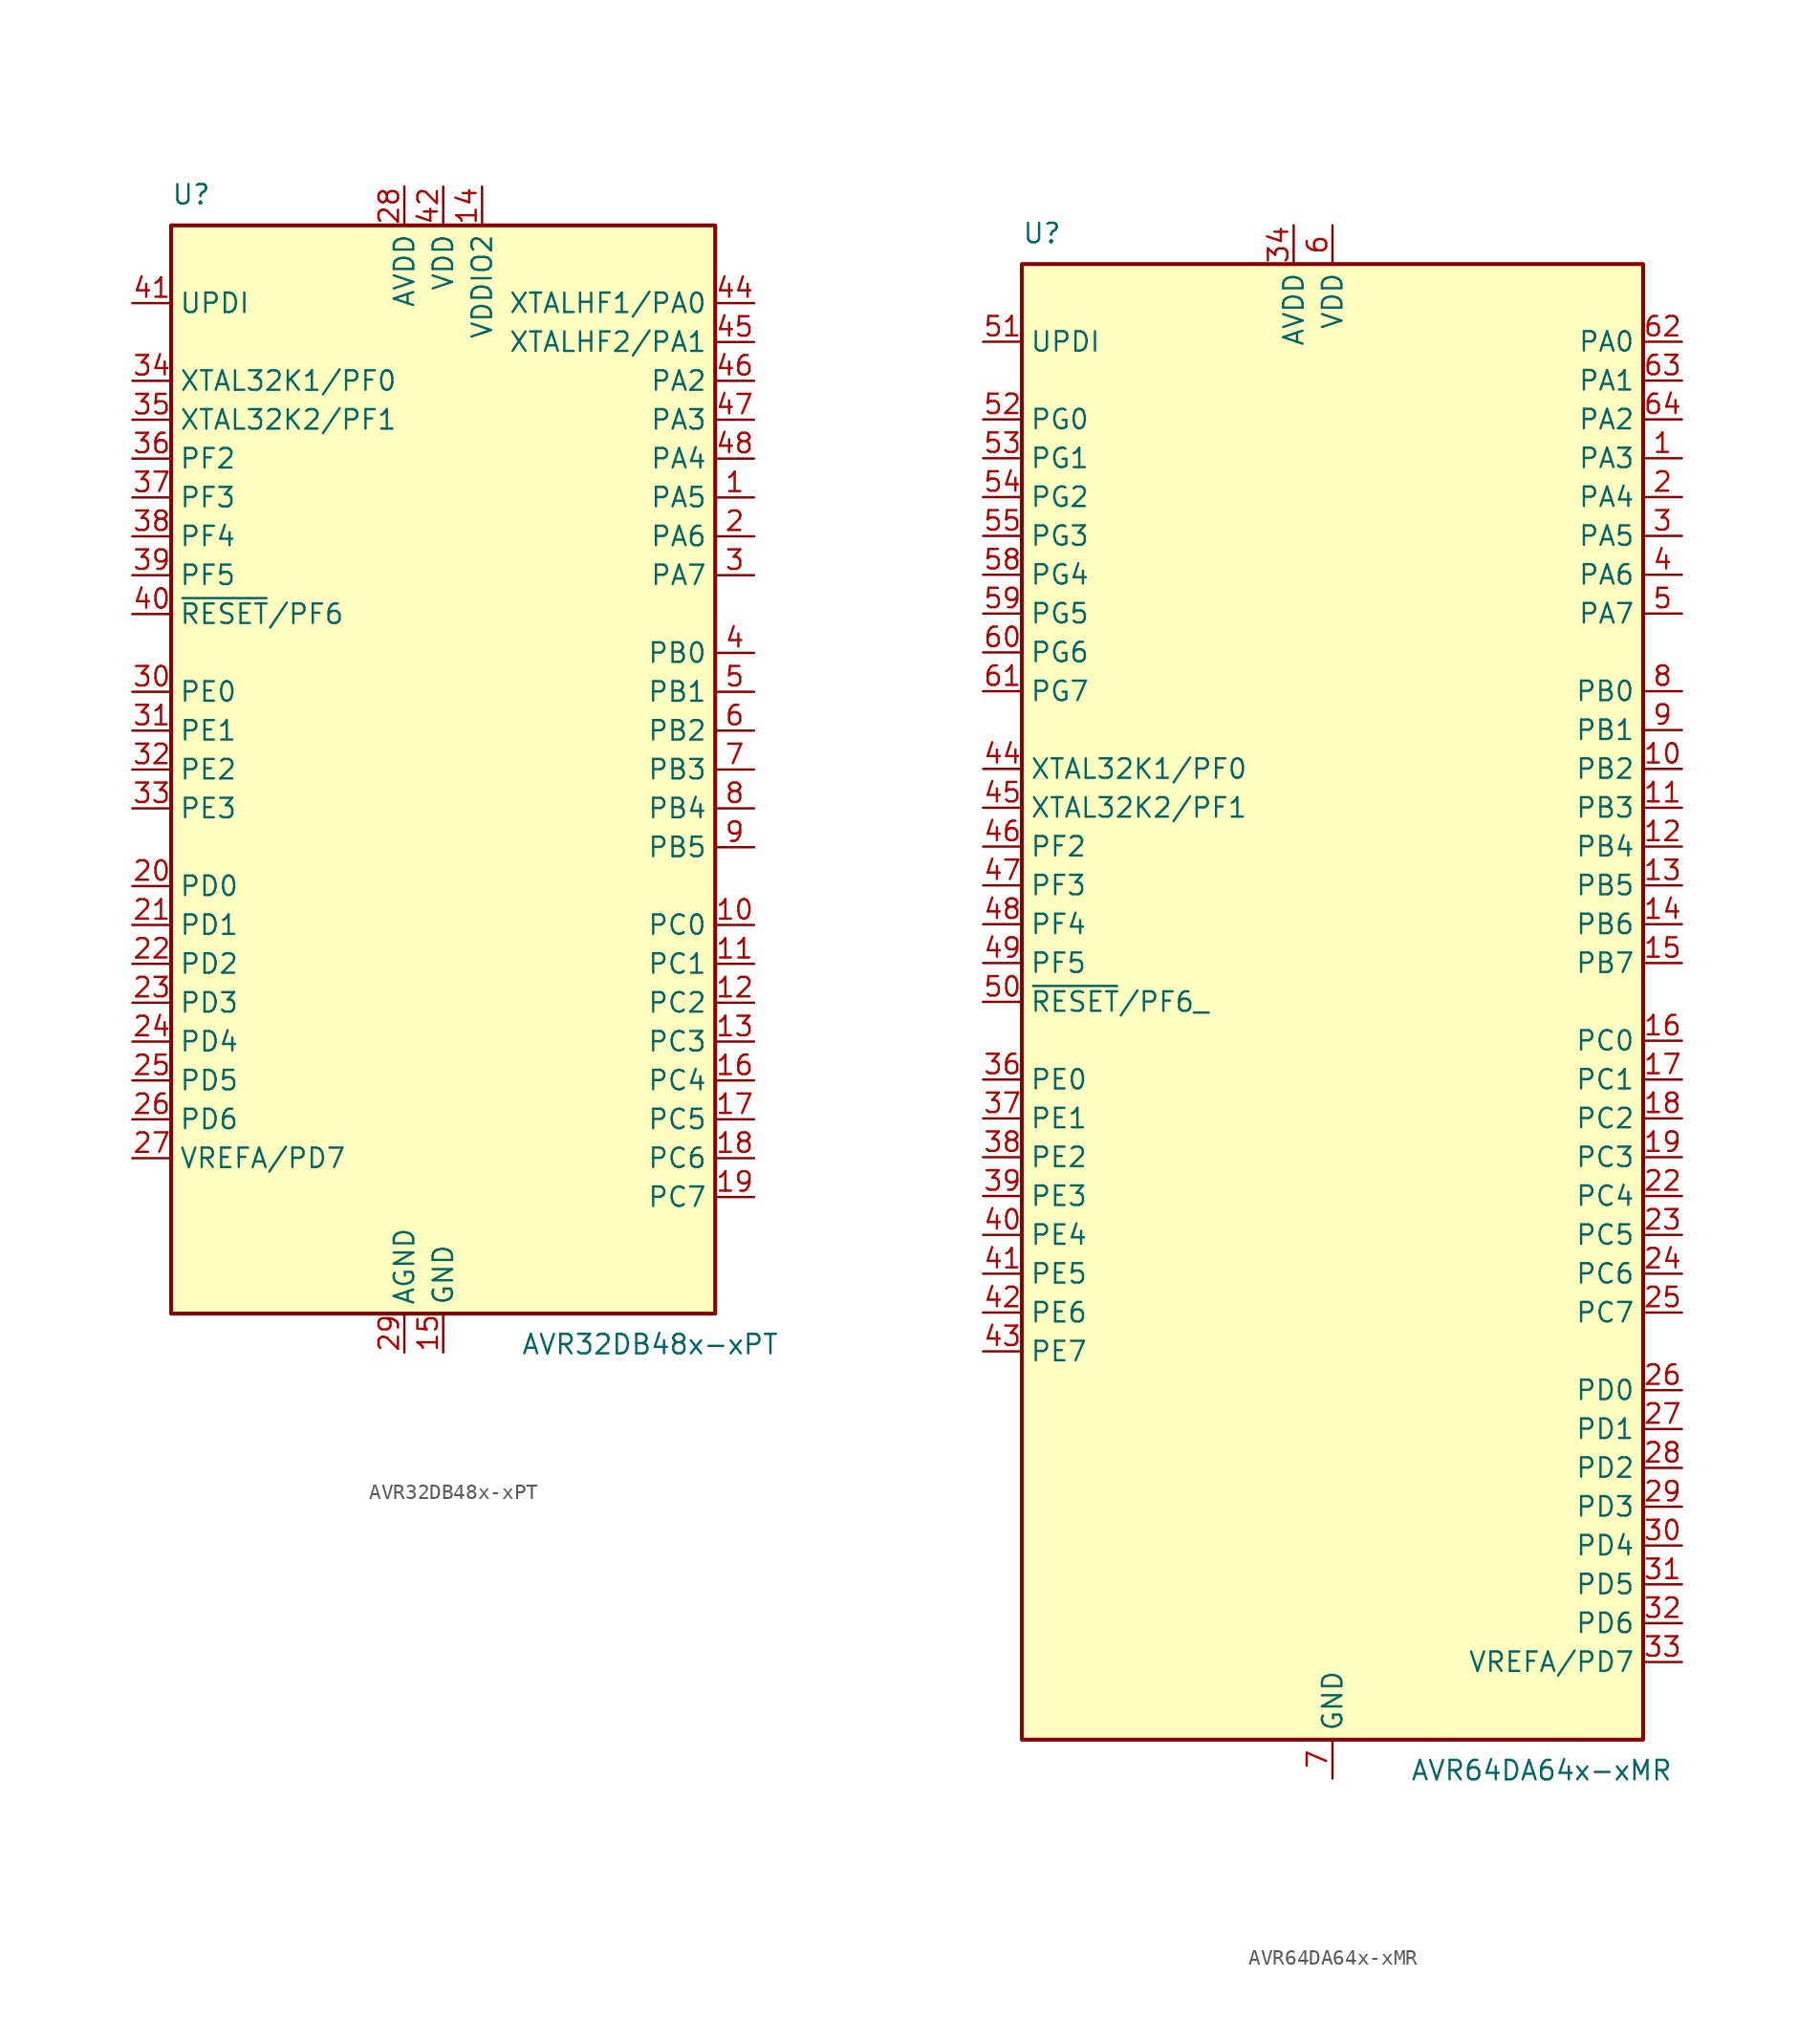
<source format=kicad_sym>
(kicad_symbol_lib
  (version 20231120)
  (generator "kicad_symbol_editor")
  (generator_version "8.0")
  (symbol "AVR32DB48x-xPT"
    (property "Reference" "U"
      (at -17.78 36.83 0)
      (effects (font (size 1.27 1.27)) (justify left bottom)))
    (property "Value" "AVR32DB48x-xPT"
      (at 5.08 -36.83 0)
      (effects (font (size 1.27 1.27)) (justify left top)))
    (symbol "AVR32DB48x-xPT_0_1"
      (rectangle (start -17.78 35.56) (end 17.78 -35.56) (stroke (width 0.254) (type default)) (fill (type background))))
    (symbol "AVR32DB48x-xPT_1_1"
      (pin bidirectional line (at 20.32 17.78 180) (length 2.54) (name "PA5" (effects (font (size 1.27 1.27)))) (number "1" (effects (font (size 1.27 1.27)))))
      (pin bidirectional line (at 20.32 -10.16 180) (length 2.54) (name "PC0" (effects (font (size 1.27 1.27)))) (number "10" (effects (font (size 1.27 1.27)))))
      (pin bidirectional line (at 20.32 -12.7 180) (length 2.54) (name "PC1" (effects (font (size 1.27 1.27)))) (number "11" (effects (font (size 1.27 1.27)))))
      (pin bidirectional line (at 20.32 -15.24 180) (length 2.54) (name "PC2" (effects (font (size 1.27 1.27)))) (number "12" (effects (font (size 1.27 1.27)))))
      (pin bidirectional line (at 20.32 -17.78 180) (length 2.54) (name "PC3" (effects (font (size 1.27 1.27)))) (number "13" (effects (font (size 1.27 1.27)))))
      (pin power_in line (at 2.54 38.1 270) (length 2.54) (name "VDDIO2" (effects (font (size 1.27 1.27)))) (number "14" (effects (font (size 1.27 1.27)))))
      (pin power_in line (at 0 -38.1 90) (length 2.54) (name "GND" (effects (font (size 1.27 1.27)))) (number "15" (effects (font (size 1.27 1.27)))))
      (pin bidirectional line (at 20.32 -20.32 180) (length 2.54) (name "PC4" (effects (font (size 1.27 1.27)))) (number "16" (effects (font (size 1.27 1.27)))))
      (pin bidirectional line (at 20.32 -22.86 180) (length 2.54) (name "PC5" (effects (font (size 1.27 1.27)))) (number "17" (effects (font (size 1.27 1.27)))))
      (pin bidirectional line (at 20.32 -25.4 180) (length 2.54) (name "PC6" (effects (font (size 1.27 1.27)))) (number "18" (effects (font (size 1.27 1.27)))))
      (pin bidirectional line (at 20.32 -27.94 180) (length 2.54) (name "PC7" (effects (font (size 1.27 1.27)))) (number "19" (effects (font (size 1.27 1.27)))))
      (pin bidirectional line (at 20.32 15.24 180) (length 2.54) (name "PA6" (effects (font (size 1.27 1.27)))) (number "2" (effects (font (size 1.27 1.27)))))
      (pin bidirectional line (at -20.32 -7.62 0) (length 2.54) (name "PD0" (effects (font (size 1.27 1.27)))) (number "20" (effects (font (size 1.27 1.27)))))
      (pin bidirectional line (at -20.32 -10.16 0) (length 2.54) (name "PD1" (effects (font (size 1.27 1.27)))) (number "21" (effects (font (size 1.27 1.27)))))
      (pin bidirectional line (at -20.32 -12.7 0) (length 2.54) (name "PD2" (effects (font (size 1.27 1.27)))) (number "22" (effects (font (size 1.27 1.27)))))
      (pin bidirectional line (at -20.32 -15.24 0) (length 2.54) (name "PD3" (effects (font (size 1.27 1.27)))) (number "23" (effects (font (size 1.27 1.27)))))
      (pin bidirectional line (at -20.32 -17.78 0) (length 2.54) (name "PD4" (effects (font (size 1.27 1.27)))) (number "24" (effects (font (size 1.27 1.27)))))
      (pin bidirectional line (at -20.32 -20.32 0) (length 2.54) (name "PD5" (effects (font (size 1.27 1.27)))) (number "25" (effects (font (size 1.27 1.27)))))
      (pin bidirectional line (at -20.32 -22.86 0) (length 2.54) (name "PD6" (effects (font (size 1.27 1.27)))) (number "26" (effects (font (size 1.27 1.27)))))
      (pin bidirectional line (at -20.32 -25.4 0) (length 2.54) (name "VREFA/PD7" (effects (font (size 1.27 1.27)))) (number "27" (effects (font (size 1.27 1.27)))))
      (pin power_in line (at -2.54 38.1 270) (length 2.54) (name "AVDD" (effects (font (size 1.27 1.27)))) (number "28" (effects (font (size 1.27 1.27)))))
      (pin power_in line (at -2.54 -38.1 90) (length 2.54) (name "AGND" (effects (font (size 1.27 1.27)))) (number "29" (effects (font (size 1.27 1.27)))))
      (pin bidirectional line (at 20.32 12.7 180) (length 2.54) (name "PA7" (effects (font (size 1.27 1.27)))) (number "3" (effects (font (size 1.27 1.27)))))
      (pin bidirectional line (at -20.32 5.08 0) (length 2.54) (name "PE0" (effects (font (size 1.27 1.27)))) (number "30" (effects (font (size 1.27 1.27)))))
      (pin bidirectional line (at -20.32 2.54 0) (length 2.54) (name "PE1" (effects (font (size 1.27 1.27)))) (number "31" (effects (font (size 1.27 1.27)))))
      (pin bidirectional line (at -20.32 0 0) (length 2.54) (name "PE2" (effects (font (size 1.27 1.27)))) (number "32" (effects (font (size 1.27 1.27)))))
      (pin bidirectional line (at -20.32 -2.54 0) (length 2.54) (name "PE3" (effects (font (size 1.27 1.27)))) (number "33" (effects (font (size 1.27 1.27)))))
      (pin bidirectional line (at -20.32 25.4 0) (length 2.54) (name "XTAL32K1/PF0" (effects (font (size 1.27 1.27)))) (number "34" (effects (font (size 1.27 1.27)))))
      (pin bidirectional line (at -20.32 22.86 0) (length 2.54) (name "XTAL32K2/PF1" (effects (font (size 1.27 1.27)))) (number "35" (effects (font (size 1.27 1.27)))))
      (pin bidirectional line (at -20.32 20.32 0) (length 2.54) (name "PF2" (effects (font (size 1.27 1.27)))) (number "36" (effects (font (size 1.27 1.27)))))
      (pin bidirectional line (at -20.32 17.78 0) (length 2.54) (name "PF3" (effects (font (size 1.27 1.27)))) (number "37" (effects (font (size 1.27 1.27)))))
      (pin bidirectional line (at -20.32 15.24 0) (length 2.54) (name "PF4" (effects (font (size 1.27 1.27)))) (number "38" (effects (font (size 1.27 1.27)))))
      (pin bidirectional line (at -20.32 12.7 0) (length 2.54) (name "PF5" (effects (font (size 1.27 1.27)))) (number "39" (effects (font (size 1.27 1.27)))))
      (pin bidirectional line (at 20.32 7.62 180) (length 2.54) (name "PB0" (effects (font (size 1.27 1.27)))) (number "4" (effects (font (size 1.27 1.27)))))
      (pin bidirectional line (at -20.32 10.16 0) (length 2.54) (name "~{RESET}/PF6" (effects (font (size 1.27 1.27)))) (number "40" (effects (font (size 1.27 1.27)))))
      (pin input line (at -20.32 30.48 0) (length 2.54) (name "UPDI" (effects (font (size 1.27 1.27)))) (number "41" (effects (font (size 1.27 1.27)))))
      (pin power_in line (at 0 38.1 270) (length 2.54) (name "VDD" (effects (font (size 1.27 1.27)))) (number "42" (effects (font (size 1.27 1.27)))))
      (pin passive line (at 0 -38.1 90) (length 2.54) hide (name "GND" (effects (font (size 1.27 1.27)))) (number "43" (effects (font (size 1.27 1.27)))))
      (pin bidirectional line (at 20.32 30.48 180) (length 2.54) (name "XTALHF1/PA0" (effects (font (size 1.27 1.27)))) (number "44" (effects (font (size 1.27 1.27)))))
      (pin bidirectional line (at 20.32 27.94 180) (length 2.54) (name "XTALHF2/PA1" (effects (font (size 1.27 1.27)))) (number "45" (effects (font (size 1.27 1.27)))))
      (pin bidirectional line (at 20.32 25.4 180) (length 2.54) (name "PA2" (effects (font (size 1.27 1.27)))) (number "46" (effects (font (size 1.27 1.27)))))
      (pin bidirectional line (at 20.32 22.86 180) (length 2.54) (name "PA3" (effects (font (size 1.27 1.27)))) (number "47" (effects (font (size 1.27 1.27)))))
      (pin bidirectional line (at 20.32 20.32 180) (length 2.54) (name "PA4" (effects (font (size 1.27 1.27)))) (number "48" (effects (font (size 1.27 1.27)))))
      (pin bidirectional line (at 20.32 5.08 180) (length 2.54) (name "PB1" (effects (font (size 1.27 1.27)))) (number "5" (effects (font (size 1.27 1.27)))))
      (pin bidirectional line (at 20.32 2.54 180) (length 2.54) (name "PB2" (effects (font (size 1.27 1.27)))) (number "6" (effects (font (size 1.27 1.27)))))
      (pin bidirectional line (at 20.32 0 180) (length 2.54) (name "PB3" (effects (font (size 1.27 1.27)))) (number "7" (effects (font (size 1.27 1.27)))))
      (pin bidirectional line (at 20.32 -2.54 180) (length 2.54) (name "PB4" (effects (font (size 1.27 1.27)))) (number "8" (effects (font (size 1.27 1.27)))))
      (pin bidirectional line (at 20.32 -5.08 180) (length 2.54) (name "PB5" (effects (font (size 1.27 1.27)))) (number "9" (effects (font (size 1.27 1.27)))))))
  (symbol "AVR64DA64x-xMR"
    (property "Reference" "U"
      (at -20.32 49.53 0)
      (effects (font (size 1.27 1.27)) (justify left bottom)))
    (property "Value" "AVR64DA64x-xMR"
      (at 5.08 -49.53 0)
      (effects (font (size 1.27 1.27)) (justify left top)))
    (symbol "AVR64DA64x-xMR_0_1"
      (rectangle (start -20.32 48.26) (end 20.32 -48.26) (stroke (width 0.254) (type default)) (fill (type background))))
    (symbol "AVR64DA64x-xMR_1_1"
      (pin bidirectional line (at 22.86 35.56 180) (length 2.54) (name "PA3" (effects (font (size 1.27 1.27)))) (number "1" (effects (font (size 1.27 1.27)))))
      (pin bidirectional line (at 22.86 15.24 180) (length 2.54) (name "PB2" (effects (font (size 1.27 1.27)))) (number "10" (effects (font (size 1.27 1.27)))))
      (pin bidirectional line (at 22.86 12.7 180) (length 2.54) (name "PB3" (effects (font (size 1.27 1.27)))) (number "11" (effects (font (size 1.27 1.27)))))
      (pin bidirectional line (at 22.86 10.16 180) (length 2.54) (name "PB4" (effects (font (size 1.27 1.27)))) (number "12" (effects (font (size 1.27 1.27)))))
      (pin bidirectional line (at 22.86 7.62 180) (length 2.54) (name "PB5" (effects (font (size 1.27 1.27)))) (number "13" (effects (font (size 1.27 1.27)))))
      (pin bidirectional line (at 22.86 5.08 180) (length 2.54) (name "PB6" (effects (font (size 1.27 1.27)))) (number "14" (effects (font (size 1.27 1.27)))))
      (pin bidirectional line (at 22.86 2.54 180) (length 2.54) (name "PB7" (effects (font (size 1.27 1.27)))) (number "15" (effects (font (size 1.27 1.27)))))
      (pin bidirectional line (at 22.86 -2.54 180) (length 2.54) (name "PC0" (effects (font (size 1.27 1.27)))) (number "16" (effects (font (size 1.27 1.27)))))
      (pin bidirectional line (at 22.86 -5.08 180) (length 2.54) (name "PC1" (effects (font (size 1.27 1.27)))) (number "17" (effects (font (size 1.27 1.27)))))
      (pin bidirectional line (at 22.86 -7.62 180) (length 2.54) (name "PC2" (effects (font (size 1.27 1.27)))) (number "18" (effects (font (size 1.27 1.27)))))
      (pin bidirectional line (at 22.86 -10.16 180) (length 2.54) (name "PC3" (effects (font (size 1.27 1.27)))) (number "19" (effects (font (size 1.27 1.27)))))
      (pin bidirectional line (at 22.86 33.02 180) (length 2.54) (name "PA4" (effects (font (size 1.27 1.27)))) (number "2" (effects (font (size 1.27 1.27)))))
      (pin passive line (at 0 50.8 270) (length 2.54) hide (name "VDD" (effects (font (size 1.27 1.27)))) (number "20" (effects (font (size 1.27 1.27)))))
      (pin passive line (at 0 -50.8 90) (length 2.54) hide (name "GND" (effects (font (size 1.27 1.27)))) (number "21" (effects (font (size 1.27 1.27)))))
      (pin bidirectional line (at 22.86 -12.7 180) (length 2.54) (name "PC4" (effects (font (size 1.27 1.27)))) (number "22" (effects (font (size 1.27 1.27)))))
      (pin bidirectional line (at 22.86 -15.24 180) (length 2.54) (name "PC5" (effects (font (size 1.27 1.27)))) (number "23" (effects (font (size 1.27 1.27)))))
      (pin bidirectional line (at 22.86 -17.78 180) (length 2.54) (name "PC6" (effects (font (size 1.27 1.27)))) (number "24" (effects (font (size 1.27 1.27)))))
      (pin bidirectional line (at 22.86 -20.32 180) (length 2.54) (name "PC7" (effects (font (size 1.27 1.27)))) (number "25" (effects (font (size 1.27 1.27)))))
      (pin bidirectional line (at 22.86 -25.4 180) (length 2.54) (name "PD0" (effects (font (size 1.27 1.27)))) (number "26" (effects (font (size 1.27 1.27)))))
      (pin bidirectional line (at 22.86 -27.94 180) (length 2.54) (name "PD1" (effects (font (size 1.27 1.27)))) (number "27" (effects (font (size 1.27 1.27)))))
      (pin bidirectional line (at 22.86 -30.48 180) (length 2.54) (name "PD2" (effects (font (size 1.27 1.27)))) (number "28" (effects (font (size 1.27 1.27)))))
      (pin bidirectional line (at 22.86 -33.02 180) (length 2.54) (name "PD3" (effects (font (size 1.27 1.27)))) (number "29" (effects (font (size 1.27 1.27)))))
      (pin bidirectional line (at 22.86 30.48 180) (length 2.54) (name "PA5" (effects (font (size 1.27 1.27)))) (number "3" (effects (font (size 1.27 1.27)))))
      (pin bidirectional line (at 22.86 -35.56 180) (length 2.54) (name "PD4" (effects (font (size 1.27 1.27)))) (number "30" (effects (font (size 1.27 1.27)))))
      (pin bidirectional line (at 22.86 -38.1 180) (length 2.54) (name "PD5" (effects (font (size 1.27 1.27)))) (number "31" (effects (font (size 1.27 1.27)))))
      (pin bidirectional line (at 22.86 -40.64 180) (length 2.54) (name "PD6" (effects (font (size 1.27 1.27)))) (number "32" (effects (font (size 1.27 1.27)))))
      (pin bidirectional line (at 22.86 -43.18 180) (length 2.54) (name "VREFA/PD7" (effects (font (size 1.27 1.27)))) (number "33" (effects (font (size 1.27 1.27)))))
      (pin power_in line (at -2.54 50.8 270) (length 2.54) (name "AVDD" (effects (font (size 1.27 1.27)))) (number "34" (effects (font (size 1.27 1.27)))))
      (pin passive line (at 0 -50.8 90) (length 2.54) hide (name "GND" (effects (font (size 1.27 1.27)))) (number "35" (effects (font (size 1.27 1.27)))))
      (pin bidirectional line (at -22.86 -5.08 0) (length 2.54) (name "PE0" (effects (font (size 1.27 1.27)))) (number "36" (effects (font (size 1.27 1.27)))))
      (pin bidirectional line (at -22.86 -7.62 0) (length 2.54) (name "PE1" (effects (font (size 1.27 1.27)))) (number "37" (effects (font (size 1.27 1.27)))))
      (pin bidirectional line (at -22.86 -10.16 0) (length 2.54) (name "PE2" (effects (font (size 1.27 1.27)))) (number "38" (effects (font (size 1.27 1.27)))))
      (pin bidirectional line (at -22.86 -12.7 0) (length 2.54) (name "PE3" (effects (font (size 1.27 1.27)))) (number "39" (effects (font (size 1.27 1.27)))))
      (pin bidirectional line (at 22.86 27.94 180) (length 2.54) (name "PA6" (effects (font (size 1.27 1.27)))) (number "4" (effects (font (size 1.27 1.27)))))
      (pin bidirectional line (at -22.86 -15.24 0) (length 2.54) (name "PE4" (effects (font (size 1.27 1.27)))) (number "40" (effects (font (size 1.27 1.27)))))
      (pin bidirectional line (at -22.86 -17.78 0) (length 2.54) (name "PE5" (effects (font (size 1.27 1.27)))) (number "41" (effects (font (size 1.27 1.27)))))
      (pin bidirectional line (at -22.86 -20.32 0) (length 2.54) (name "PE6" (effects (font (size 1.27 1.27)))) (number "42" (effects (font (size 1.27 1.27)))))
      (pin bidirectional line (at -22.86 -22.86 0) (length 2.54) (name "PE7" (effects (font (size 1.27 1.27)))) (number "43" (effects (font (size 1.27 1.27)))))
      (pin bidirectional line (at -22.86 15.24 0) (length 2.54) (name "XTAL32K1/PF0" (effects (font (size 1.27 1.27)))) (number "44" (effects (font (size 1.27 1.27)))))
      (pin bidirectional line (at -22.86 12.7 0) (length 2.54) (name "XTAL32K2/PF1" (effects (font (size 1.27 1.27)))) (number "45" (effects (font (size 1.27 1.27)))))
      (pin bidirectional line (at -22.86 10.16 0) (length 2.54) (name "PF2" (effects (font (size 1.27 1.27)))) (number "46" (effects (font (size 1.27 1.27)))))
      (pin bidirectional line (at -22.86 7.62 0) (length 2.54) (name "PF3" (effects (font (size 1.27 1.27)))) (number "47" (effects (font (size 1.27 1.27)))))
      (pin bidirectional line (at -22.86 5.08 0) (length 2.54) (name "PF4" (effects (font (size 1.27 1.27)))) (number "48" (effects (font (size 1.27 1.27)))))
      (pin bidirectional line (at -22.86 2.54 0) (length 2.54) (name "PF5" (effects (font (size 1.27 1.27)))) (number "49" (effects (font (size 1.27 1.27)))))
      (pin bidirectional line (at 22.86 25.4 180) (length 2.54) (name "PA7" (effects (font (size 1.27 1.27)))) (number "5" (effects (font (size 1.27 1.27)))))
      (pin bidirectional line (at -22.86 0 0) (length 2.54) (name "~{RESET}/PF6_" (effects (font (size 1.27 1.27)))) (number "50" (effects (font (size 1.27 1.27)))))
      (pin input line (at -22.86 43.18 0) (length 2.54) (name "UPDI" (effects (font (size 1.27 1.27)))) (number "51" (effects (font (size 1.27 1.27)))))
      (pin bidirectional line (at -22.86 38.1 0) (length 2.54) (name "PG0" (effects (font (size 1.27 1.27)))) (number "52" (effects (font (size 1.27 1.27)))))
      (pin bidirectional line (at -22.86 35.56 0) (length 2.54) (name "PG1" (effects (font (size 1.27 1.27)))) (number "53" (effects (font (size 1.27 1.27)))))
      (pin bidirectional line (at -22.86 33.02 0) (length 2.54) (name "PG2" (effects (font (size 1.27 1.27)))) (number "54" (effects (font (size 1.27 1.27)))))
      (pin bidirectional line (at -22.86 30.48 0) (length 2.54) (name "PG3" (effects (font (size 1.27 1.27)))) (number "55" (effects (font (size 1.27 1.27)))))
      (pin passive line (at 0 50.8 270) (length 2.54) hide (name "VDD" (effects (font (size 1.27 1.27)))) (number "56" (effects (font (size 1.27 1.27)))))
      (pin passive line (at 0 -50.8 90) (length 2.54) hide (name "GND" (effects (font (size 1.27 1.27)))) (number "57" (effects (font (size 1.27 1.27)))))
      (pin bidirectional line (at -22.86 27.94 0) (length 2.54) (name "PG4" (effects (font (size 1.27 1.27)))) (number "58" (effects (font (size 1.27 1.27)))))
      (pin bidirectional line (at -22.86 25.4 0) (length 2.54) (name "PG5" (effects (font (size 1.27 1.27)))) (number "59" (effects (font (size 1.27 1.27)))))
      (pin power_in line (at 0 50.8 270) (length 2.54) (name "VDD" (effects (font (size 1.27 1.27)))) (number "6" (effects (font (size 1.27 1.27)))))
      (pin bidirectional line (at -22.86 22.86 0) (length 2.54) (name "PG6" (effects (font (size 1.27 1.27)))) (number "60" (effects (font (size 1.27 1.27)))))
      (pin bidirectional line (at -22.86 20.32 0) (length 2.54) (name "PG7" (effects (font (size 1.27 1.27)))) (number "61" (effects (font (size 1.27 1.27)))))
      (pin bidirectional line (at 22.86 43.18 180) (length 2.54) (name "PA0" (effects (font (size 1.27 1.27)))) (number "62" (effects (font (size 1.27 1.27)))))
      (pin bidirectional line (at 22.86 40.64 180) (length 2.54) (name "PA1" (effects (font (size 1.27 1.27)))) (number "63" (effects (font (size 1.27 1.27)))))
      (pin bidirectional line (at 22.86 38.1 180) (length 2.54) (name "PA2" (effects (font (size 1.27 1.27)))) (number "64" (effects (font (size 1.27 1.27)))))
      (pin passive line (at 0 -50.8 90) (length 2.54) hide (name "GND" (effects (font (size 1.27 1.27)))) (number "65" (effects (font (size 1.27 1.27)))))
      (pin power_in line (at 0 -50.8 90) (length 2.54) (name "GND" (effects (font (size 1.27 1.27)))) (number "7" (effects (font (size 1.27 1.27)))))
      (pin bidirectional line (at 22.86 20.32 180) (length 2.54) (name "PB0" (effects (font (size 1.27 1.27)))) (number "8" (effects (font (size 1.27 1.27)))))
      (pin bidirectional line (at 22.86 17.78 180) (length 2.54) (name "PB1" (effects (font (size 1.27 1.27)))) (number "9" (effects (font (size 1.27 1.27))))))))
</source>
